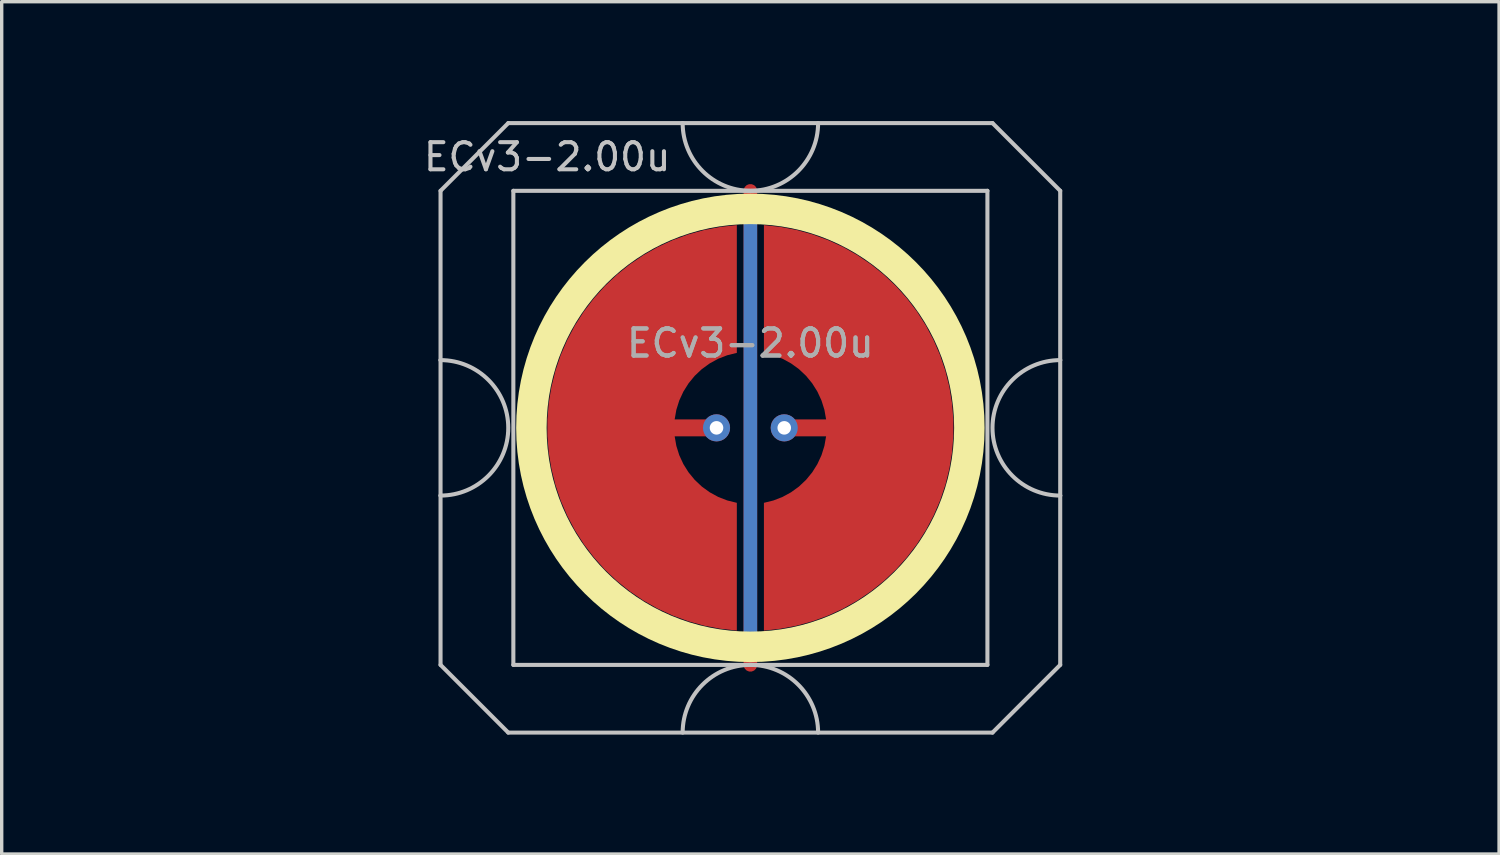
<source format=kicad_pcb>
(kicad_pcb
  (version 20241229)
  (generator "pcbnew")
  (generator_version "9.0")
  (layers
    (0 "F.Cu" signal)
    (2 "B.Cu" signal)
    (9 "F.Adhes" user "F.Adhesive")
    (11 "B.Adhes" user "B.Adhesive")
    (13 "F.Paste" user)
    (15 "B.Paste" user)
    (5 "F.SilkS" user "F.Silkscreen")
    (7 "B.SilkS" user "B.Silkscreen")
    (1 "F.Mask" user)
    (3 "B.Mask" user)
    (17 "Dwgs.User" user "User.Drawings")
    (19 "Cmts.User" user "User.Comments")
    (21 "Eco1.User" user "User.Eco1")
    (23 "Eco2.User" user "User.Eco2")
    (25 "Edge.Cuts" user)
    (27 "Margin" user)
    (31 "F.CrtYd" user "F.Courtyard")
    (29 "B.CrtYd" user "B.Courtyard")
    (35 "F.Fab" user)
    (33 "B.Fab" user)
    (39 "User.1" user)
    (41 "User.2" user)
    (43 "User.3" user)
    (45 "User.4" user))
  (footprint "ECv3-2.00u"
    (layer "F.Cu")
    (at 19.11 9.585)
    (property "Reference" "ECv3-2.00u" (at -6 -8 0) (layer "Dwgs.User") (effects (font (size 0.8 0.8) (thickness 0.12))))
    (attr through_hole exclude_from_pos_files exclude_from_bom)
    (fp_circle (center 0 0) (end 6.467 0) (stroke (width 0.9) (type solid)) (fill no) (layer "F.SilkS"))
    (fp_line (start -9.15 -7) (end -9.15 -2) (stroke (width 0.12) (type solid)) (layer "Dwgs.User"))
    (fp_line (start -9.15 -2) (end -9.15 2) (stroke (width 0.12) (type solid)) (layer "Dwgs.User"))
    (fp_line (start -9.15 2) (end -9.15 7) (stroke (width 0.12) (type solid)) (layer "Dwgs.User"))
    (fp_line (start -9.15 7) (end -7.15 9) (stroke (width 0.12) (type solid)) (layer "Dwgs.User"))
    (fp_line (start -7.15 -9) (end -9.15 -7) (stroke (width 0.12) (type solid)) (layer "Dwgs.User"))
    (fp_line (start -7.15 9) (end 7.15 9) (stroke (width 0.12) (type solid)) (layer "Dwgs.User"))
    (fp_line (start -7 -7) (end -7 7) (stroke (width 0.12) (type solid)) (layer "Dwgs.User"))
    (fp_line (start -7 7) (end 7 7) (stroke (width 0.12) (type solid)) (layer "Dwgs.User"))
    (fp_line (start 7 -7) (end -7 -7) (stroke (width 0.12) (type solid)) (layer "Dwgs.User"))
    (fp_line (start 7 7) (end 7 -7) (stroke (width 0.12) (type solid)) (layer "Dwgs.User"))
    (fp_line (start 7.15 -9) (end -7.15 -9) (stroke (width 0.12) (type solid)) (layer "Dwgs.User"))
    (fp_line (start 7.15 -9) (end 9.15 -7) (stroke (width 0.12) (type solid)) (layer "Dwgs.User"))
    (fp_line (start 7.15 9) (end 9.15 7) (stroke (width 0.12) (type solid)) (layer "Dwgs.User"))
    (fp_line (start 9.15 -2) (end 9.15 -7) (stroke (width 0.12) (type solid)) (layer "Dwgs.User"))
    (fp_line (start 9.15 -2) (end 9.15 2) (stroke (width 0.12) (type solid)) (layer "Dwgs.User"))
    (fp_line (start 9.15 7) (end 9.15 2) (stroke (width 0.12) (type solid)) (layer "Dwgs.User"))
    (fp_arc (start -9.15 -2) (mid -7.15 0) (end -9.15 2) (stroke (width 0.12) (type solid)) (layer "Dwgs.User"))
    (fp_arc (start -2 9) (mid 0 7) (end 2 9) (stroke (width 0.12) (type solid)) (layer "Dwgs.User"))
    (fp_arc (start 2 -9) (mid 0 -7) (end -2 -9) (stroke (width 0.12) (type solid)) (layer "Dwgs.User"))
    (fp_arc (start 9.15 2) (mid 7.15 0) (end 9.15 -2) (stroke (width 0.12) (type solid)) (layer "Dwgs.User"))
    (fp_line (start -16.075 -6) (end -16.075 5.5) (stroke (width 0.12) (type default)) (layer "Eco1.User"))
    (fp_line (start -16.075 -6) (end -15 -7.05) (stroke (width 0.12) (type default)) (layer "Eco1.User"))
    (fp_line (start -15 -7.05) (end 15 -7.05) (stroke (width 0.12) (type default)) (layer "Eco1.User"))
    (fp_line (start -13 7.05) (end -16.075 5.5) (stroke (width 0.12) (type default)) (layer "Eco1.User"))
    (fp_line (start 13 7.05) (end -13 7.05) (stroke (width 0.12) (type default)) (layer "Eco1.User"))
    (fp_line (start 13 7.05) (end 16.075 5.5) (stroke (width 0.12) (type default)) (layer "Eco1.User"))
    (fp_line (start 15 -7.05) (end 16.075 -6) (stroke (width 0.12) (type default)) (layer "Eco1.User"))
    (fp_line (start 16.075 -6) (end 16.075 5.5) (stroke (width 0.12) (type default)) (layer "Eco1.User"))
    (fp_line (start -19.05 -9.525) (end -19.05 9.525) (stroke (width 0.12) (type solid)) (layer "User.2"))
    (fp_line (start -19.05 -9.525) (end 19.05 -9.525) (stroke (width 0.12) (type solid)) (layer "User.2"))
    (fp_line (start -19.05 9.525) (end 19.05 9.525) (stroke (width 0.12) (type solid)) (layer "User.2"))
    (fp_line (start 19.05 -9.525) (end 19.05 9.525) (stroke (width 0.12) (type solid)) (layer "User.2"))
    (fp_circle (center -16.151 -7.147) (end -15.401 -7.147) (stroke (width 0.12) (type default)) (fill no) (layer "User.2"))
    (fp_circle (center -16.151 7.147) (end -15.151 7.147) (stroke (width 0.12) (type default)) (fill no) (layer "User.2"))
    (fp_circle (center 16.151 -7.147) (end 16.901 -7.147) (stroke (width 0.12) (type default)) (fill no) (layer "User.2"))
    (fp_circle (center 16.151 7.147) (end 17.151 7.147) (stroke (width 0.12) (type default)) (fill no) (layer "User.2"))
    (fp_text user "${REFERENCE}" (at 0 -2.5 0) (layer "F.Fab") (effects (font (size 0.8 0.8) (thickness 0.12))))
    (fp_text user "${REFERENCE}" (at 0 -2.5 0) (layer "F.Fab") (effects (font (size 0.8 0.8) (thickness 0.12))))
    (pad "1" smd custom (at -1 0) (size 0.4 0.4) (layers "F.Cu") (options (anchor circle)) (primitives (gr_poly (pts (xy 0.6 -2.214) (xy 0.32 -2.145) (xy 0.052 -2.041) (xy -0.201 -1.903) (xy -0.434 -1.734) (xy -0.644 -1.536) (xy -0.826 -1.314) (xy -0.979 -1.07) (xy -1.1 -0.808) (xy -1.186 -0.534) (xy -1.236 -0.25) (xy 0 -0.25) (xy 0.096 -0.231) (xy 0.177 -0.177) (xy 0.231 -0.096) (xy 0.25 0) (xy 0.231 0.096) (xy 0.177 0.177) (xy 0.096 0.231) (xy 0 0.25) (xy -1.236 0.25) (xy -1.186 0.534) (xy -1.1 0.808) (xy -0.979 1.07) (xy -0.826 1.314) (xy -0.644 1.536) (xy -0.434 1.734) (xy -0.201 1.903) (xy 0.052 2.041) (xy 0.32 2.145) (xy 0.6 2.214) (xy 0.6 5.987) (xy 0.115 5.934) (xy -0.364 5.843) (xy -0.834 5.713) (xy -1.292 5.545) (xy -1.735 5.341) (xy -2.159 5.101) (xy -2.563 4.827) (xy -2.943 4.522) (xy -3.298 4.187) (xy -3.623 3.824) (xy -3.919 3.436) (xy -4.182 3.025) (xy -4.41 2.594) (xy -4.603 2.147) (xy -4.759 1.684) (xy -4.876 1.211) (xy -4.955 0.73) (xy -4.995 0.244) (xy -4.995 -0.244) (xy -4.955 -0.73) (xy -4.876 -1.211) (xy -4.759 -1.684) (xy -4.603 -2.147) (xy -4.41 -2.594) (xy -4.182 -3.025) (xy -3.919 -3.436) (xy -3.623 -3.824) (xy -3.298 -4.187) (xy -2.943 -4.522) (xy -2.563 -4.827) (xy -2.159 -5.101) (xy -1.735 -5.341) (xy -1.292 -5.545) (xy -0.834 -5.713) (xy -0.364 -5.843) (xy 0.115 -5.934) (xy 0.6 -5.987)) (width 0) (fill yes))))
    (pad "1" thru_hole circle (at -1 0) (size 0.8 0.8) (drill 0.4) (layers "*.Cu"))
    (pad "2" smd custom (at 1 0 180) (size 0.4 0.4) (layers "F.Cu") (options (anchor circle)) (primitives (gr_poly (pts (xy 0.6 -2.214) (xy 0.32 -2.145) (xy 0.052 -2.041) (xy -0.201 -1.903) (xy -0.434 -1.734) (xy -0.644 -1.536) (xy -0.826 -1.314) (xy -0.979 -1.07) (xy -1.1 -0.808) (xy -1.186 -0.534) (xy -1.236 -0.25) (xy 0 -0.25) (xy 0.096 -0.231) (xy 0.177 -0.177) (xy 0.231 -0.096) (xy 0.25 0) (xy 0.231 0.096) (xy 0.177 0.177) (xy 0.096 0.231) (xy 0 0.25) (xy -1.236 0.25) (xy -1.186 0.534) (xy -1.1 0.808) (xy -0.979 1.07) (xy -0.826 1.314) (xy -0.644 1.536) (xy -0.434 1.734) (xy -0.201 1.903) (xy 0.052 2.041) (xy 0.32 2.145) (xy 0.6 2.214) (xy 0.6 5.987) (xy 0.115 5.934) (xy -0.364 5.843) (xy -0.834 5.713) (xy -1.292 5.545) (xy -1.735 5.341) (xy -2.159 5.101) (xy -2.563 4.827) (xy -2.943 4.522) (xy -3.298 4.187) (xy -3.623 3.824) (xy -3.919 3.436) (xy -4.182 3.025) (xy -4.41 2.594) (xy -4.603 2.147) (xy -4.759 1.684) (xy -4.876 1.211) (xy -4.955 0.73) (xy -4.995 0.244) (xy -4.995 -0.244) (xy -4.955 -0.73) (xy -4.876 -1.211) (xy -4.759 -1.684) (xy -4.603 -2.147) (xy -4.41 -2.594) (xy -4.182 -3.025) (xy -3.919 -3.436) (xy -3.623 -3.824) (xy -3.298 -4.187) (xy -2.943 -4.522) (xy -2.563 -4.827) (xy -2.159 -5.101) (xy -1.735 -5.341) (xy -1.292 -5.545) (xy -0.834 -5.713) (xy -0.364 -5.843) (xy 0.115 -5.934) (xy 0.6 -5.987)) (width 0) (fill yes))))
    (pad "2" thru_hole circle (at 1 0) (size 0.8 0.8) (drill 0.4) (layers "*.Cu"))
    (pad "3" smd custom (at 0 0) (size 0.4 0.4) (layers "F.Cu") (options (anchor rect)) (primitives (gr_line (start 0 -7) (end 0 7) (width 0.4))))
    (pad "3" smd custom (at 0 0) (size 0.4 0.4) (layers "B.Cu") (options (anchor rect)) (primitives (gr_line (start 0 -6.5) (end 0 6.5) (width 0.4))))
    (zone (net_name "") (layer "F.Cu") (hatch edge 0.508) (connect_pads) (min_thickness 0.254) (filled_areas_thickness no) (keepout (tracks allowed) (vias allowed) (pads allowed) (copperpour not_allowed) (footprints allowed)) (placement (enabled no)) (fill) (polygon (pts (xy 26.115 9.585) (xy 26.096 9.072) (xy 26.04 8.562) (xy 25.946 8.057) (xy 25.816 7.56) (xy 25.65 7.075) (xy 25.448 6.602) (xy 25.213 6.146) (xy 24.945 5.709) (xy 24.645 5.292) (xy 24.316 4.898) (xy 23.958 4.529) (xy 23.575 4.188) (xy 23.168 3.875) (xy 22.739 3.593) (xy 22.29 3.344) (xy 21.825 3.127) (xy 21.344 2.946) (xy 20.852 2.8) (xy 20.35 2.691) (xy 19.842 2.618) (xy 19.33 2.584) (xy 18.817 2.586) (xy 18.305 2.627) (xy 17.797 2.704) (xy 17.297 2.819) (xy 16.806 2.97) (xy 16.328 3.156) (xy 15.865 3.377) (xy 15.419 3.632) (xy 14.993 3.918) (xy 14.589 4.235) (xy 14.209 4.58) (xy 13.856 4.953) (xy 13.53 5.35) (xy 13.235 5.77) (xy 12.972 6.21) (xy 12.741 6.669) (xy 12.544 7.143) (xy 12.383 7.631) (xy 12.258 8.129) (xy 12.17 8.634) (xy 12.119 9.145) (xy 12.105 9.658) (xy 12.13 10.171) (xy 12.191 10.681) (xy 12.29 11.185) (xy 12.426 11.68) (xy 12.597 12.164) (xy 12.803 12.634) (xy 13.044 13.087) (xy 13.316 13.522) (xy 13.62 13.936) (xy 13.954 14.326) (xy 14.315 14.691) (xy 14.702 15.029) (xy 15.112 15.337) (xy 15.544 15.614) (xy 15.995 15.859) (xy 16.463 16.071) (xy 16.945 16.247) (xy 17.439 16.388) (xy 17.942 16.492) (xy 18.451 16.559) (xy 18.963 16.588) (xy 19.477 16.58) (xy 19.988 16.535) (xy 20.495 16.452) (xy 20.994 16.332) (xy 21.483 16.176) (xy 21.959 15.984) (xy 22.42 15.758) (xy 22.863 15.499) (xy 23.286 15.209) (xy 23.687 14.888) (xy 24.063 14.538) (xy 24.413 14.162) (xy 24.734 13.761) (xy 25.024 13.338) (xy 25.283 12.895) (xy 25.509 12.434) (xy 25.701 11.958) (xy 25.857 11.469) (xy 25.977 10.97) (xy 26.06 10.463) (xy 26.105 9.952))))
    (zone (net_name "") (layer "B.Cu") (hatch edge 0.508) (connect_pads) (min_thickness 0.254) (filled_areas_thickness no) (keepout (tracks allowed) (vias allowed) (pads allowed) (copperpour not_allowed) (footprints allowed)) (placement (enabled no)) (fill) (polygon (pts (xy 25.668 9.585) (xy 25.648 9.07) (xy 25.588 8.559) (xy 25.487 8.054) (xy 25.347 7.558) (xy 25.169 7.075) (xy 24.953 6.608) (xy 24.702 6.158) (xy 24.416 5.73) (xy 24.097 5.326) (xy 23.747 4.948) (xy 23.369 4.598) (xy 22.965 4.279) (xy 22.537 3.993) (xy 22.087 3.742) (xy 21.62 3.526) (xy 21.137 3.348) (xy 20.641 3.208) (xy 20.136 3.107) (xy 19.625 3.047) (xy 19.11 3.027) (xy 18.595 3.047) (xy 18.084 3.107) (xy 17.579 3.208) (xy 17.083 3.348) (xy 16.6 3.526) (xy 16.133 3.742) (xy 15.683 3.993) (xy 15.255 4.279) (xy 14.851 4.598) (xy 14.473 4.948) (xy 14.123 5.326) (xy 13.804 5.73) (xy 13.518 6.158) (xy 13.267 6.608) (xy 13.051 7.075) (xy 12.873 7.558) (xy 12.733 8.054) (xy 12.632 8.559) (xy 12.572 9.07) (xy 12.552 9.585) (xy 12.572 10.1) (xy 12.632 10.611) (xy 12.733 11.116) (xy 12.873 11.612) (xy 13.051 12.095) (xy 13.267 12.562) (xy 13.518 13.012) (xy 13.804 13.44) (xy 14.123 13.844) (xy 14.473 14.222) (xy 14.851 14.572) (xy 15.255 14.891) (xy 15.683 15.177) (xy 16.133 15.428) (xy 16.6 15.644) (xy 17.083 15.822) (xy 17.579 15.962) (xy 18.084 16.063) (xy 18.595 16.123) (xy 19.11 16.143) (xy 19.625 16.123) (xy 20.136 16.063) (xy 20.641 15.962) (xy 21.137 15.822) (xy 21.62 15.644) (xy 22.087 15.428) (xy 22.537 15.177) (xy 22.965 14.891) (xy 23.369 14.572) (xy 23.747 14.222) (xy 24.097 13.844) (xy 24.416 13.44) (xy 24.702 13.012) (xy 24.953 12.562) (xy 25.169 12.095) (xy 25.347 11.612) (xy 25.487 11.116) (xy 25.588 10.611) (xy 25.648 10.1)))))
  (gr_rect
    (start -3 -3)
    (end 41.22 22.17)
    (stroke (width 0.1) (type default))
    (fill no)
    (layer "Edge.Cuts")))
</source>
